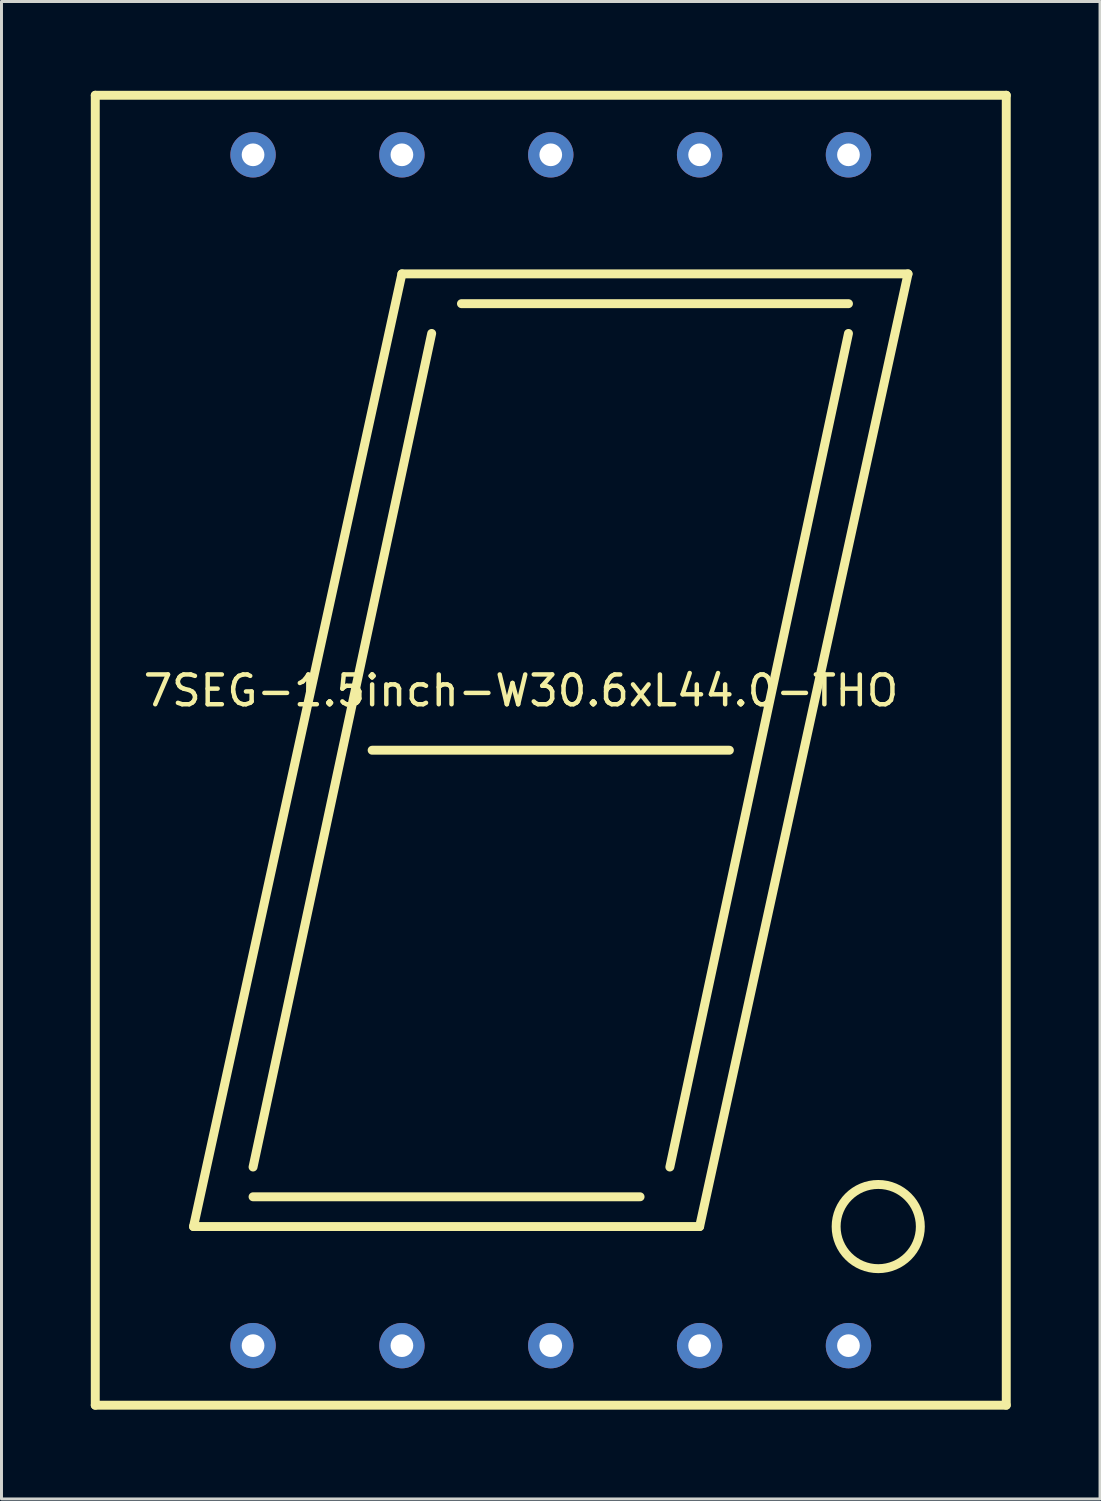
<source format=kicad_pcb>
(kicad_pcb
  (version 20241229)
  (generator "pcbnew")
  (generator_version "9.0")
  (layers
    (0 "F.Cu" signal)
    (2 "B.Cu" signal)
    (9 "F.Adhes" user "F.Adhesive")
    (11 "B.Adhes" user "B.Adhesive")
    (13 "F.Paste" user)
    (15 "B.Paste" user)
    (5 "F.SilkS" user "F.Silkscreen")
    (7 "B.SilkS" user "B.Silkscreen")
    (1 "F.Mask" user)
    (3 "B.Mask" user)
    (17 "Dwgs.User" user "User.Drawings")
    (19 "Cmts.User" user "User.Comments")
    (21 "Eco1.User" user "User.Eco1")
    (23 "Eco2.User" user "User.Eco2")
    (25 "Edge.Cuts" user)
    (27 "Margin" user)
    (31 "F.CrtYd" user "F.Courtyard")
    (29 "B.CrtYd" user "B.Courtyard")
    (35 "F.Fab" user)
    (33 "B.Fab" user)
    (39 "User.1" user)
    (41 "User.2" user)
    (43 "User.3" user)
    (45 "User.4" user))
  (footprint "7SEG-1.5inch-W30.6xL44.0-THO"
    (layer "F.Cu")
    (at 15.45 22.15)
    (property "Reference" "7SEG-1.5inch-W30.6xL44.0-THO" (at -1 -2 0) (layer "F.SilkS") (effects (font (size 1 1) (thickness 0.15))))
    (attr through_hole)
    (fp_line (start -15.3 -22) (end -15.3 22) (stroke (width 0.3) (type solid)) (layer "F.SilkS"))
    (fp_line (start -15.3 -22) (end 15.3 -22) (stroke (width 0.3) (type solid)) (layer "F.SilkS"))
    (fp_line (start -15.3 22) (end 15.3 22) (stroke (width 0.3) (type solid)) (layer "F.SilkS"))
    (fp_line (start -10 15) (end 3 15) (stroke (width 0.3) (type solid)) (layer "F.SilkS"))
    (fp_line (start -5 -16) (end -12 16) (stroke (width 0.3) (type solid)) (layer "F.SilkS"))
    (fp_line (start -4 -14) (end -10 14) (stroke (width 0.3) (type solid)) (layer "F.SilkS"))
    (fp_line (start -3 -15) (end 10 -15) (stroke (width 0.3) (type solid)) (layer "F.SilkS"))
    (fp_line (start 5 16) (end -12 16) (stroke (width 0.3) (type solid)) (layer "F.SilkS"))
    (fp_line (start 6 0) (end -6 0) (stroke (width 0.3) (type solid)) (layer "F.SilkS"))
    (fp_line (start 10 -14) (end 4 14) (stroke (width 0.3) (type solid)) (layer "F.SilkS"))
    (fp_line (start 12 -16) (end -5 -16) (stroke (width 0.3) (type solid)) (layer "F.SilkS"))
    (fp_line (start 12 -16) (end 5 16) (stroke (width 0.3) (type solid)) (layer "F.SilkS"))
    (fp_line (start 15.3 22) (end 15.3 -22) (stroke (width 0.3) (type solid)) (layer "F.SilkS"))
    (fp_circle (center 11 16) (end 12 17) (stroke (width 0.3) (type solid)) (fill no) (layer "F.SilkS"))
    (pad "1" thru_hole circle (at -10 20) (size 1.524 1.524) (drill 0.762) (layers "*.Cu" "*.Mask"))
    (pad "2" thru_hole circle (at -5 20) (size 1.524 1.524) (drill 0.762) (layers "*.Cu" "*.Mask"))
    (pad "3" thru_hole circle (at 0 20) (size 1.524 1.524) (drill 0.762) (layers "*.Cu" "*.Mask"))
    (pad "4" thru_hole circle (at 5 20) (size 1.524 1.524) (drill 0.762) (layers "*.Cu" "*.Mask"))
    (pad "5" thru_hole circle (at 10 20) (size 1.524 1.524) (drill 0.762) (layers "*.Cu" "*.Mask"))
    (pad "6" thru_hole circle (at 10 -20) (size 1.524 1.524) (drill 0.762) (layers "*.Cu" "*.Mask"))
    (pad "7" thru_hole circle (at 5 -20) (size 1.524 1.524) (drill 0.762) (layers "*.Cu" "*.Mask"))
    (pad "8" thru_hole circle (at 0 -20) (size 1.524 1.524) (drill 0.762) (layers "*.Cu" "*.Mask"))
    (pad "9" thru_hole circle (at -5 -20) (size 1.524 1.524) (drill 0.762) (layers "*.Cu" "*.Mask"))
    (pad "10" thru_hole circle (at -10 -20) (size 1.524 1.524) (drill 0.762) (layers "*.Cu" "*.Mask")))
  (gr_rect
    (start -3 -3)
    (end 33.9 47.3)
    (stroke (width 0.1) (type default))
    (fill no)
    (layer "Edge.Cuts")))
</source>
